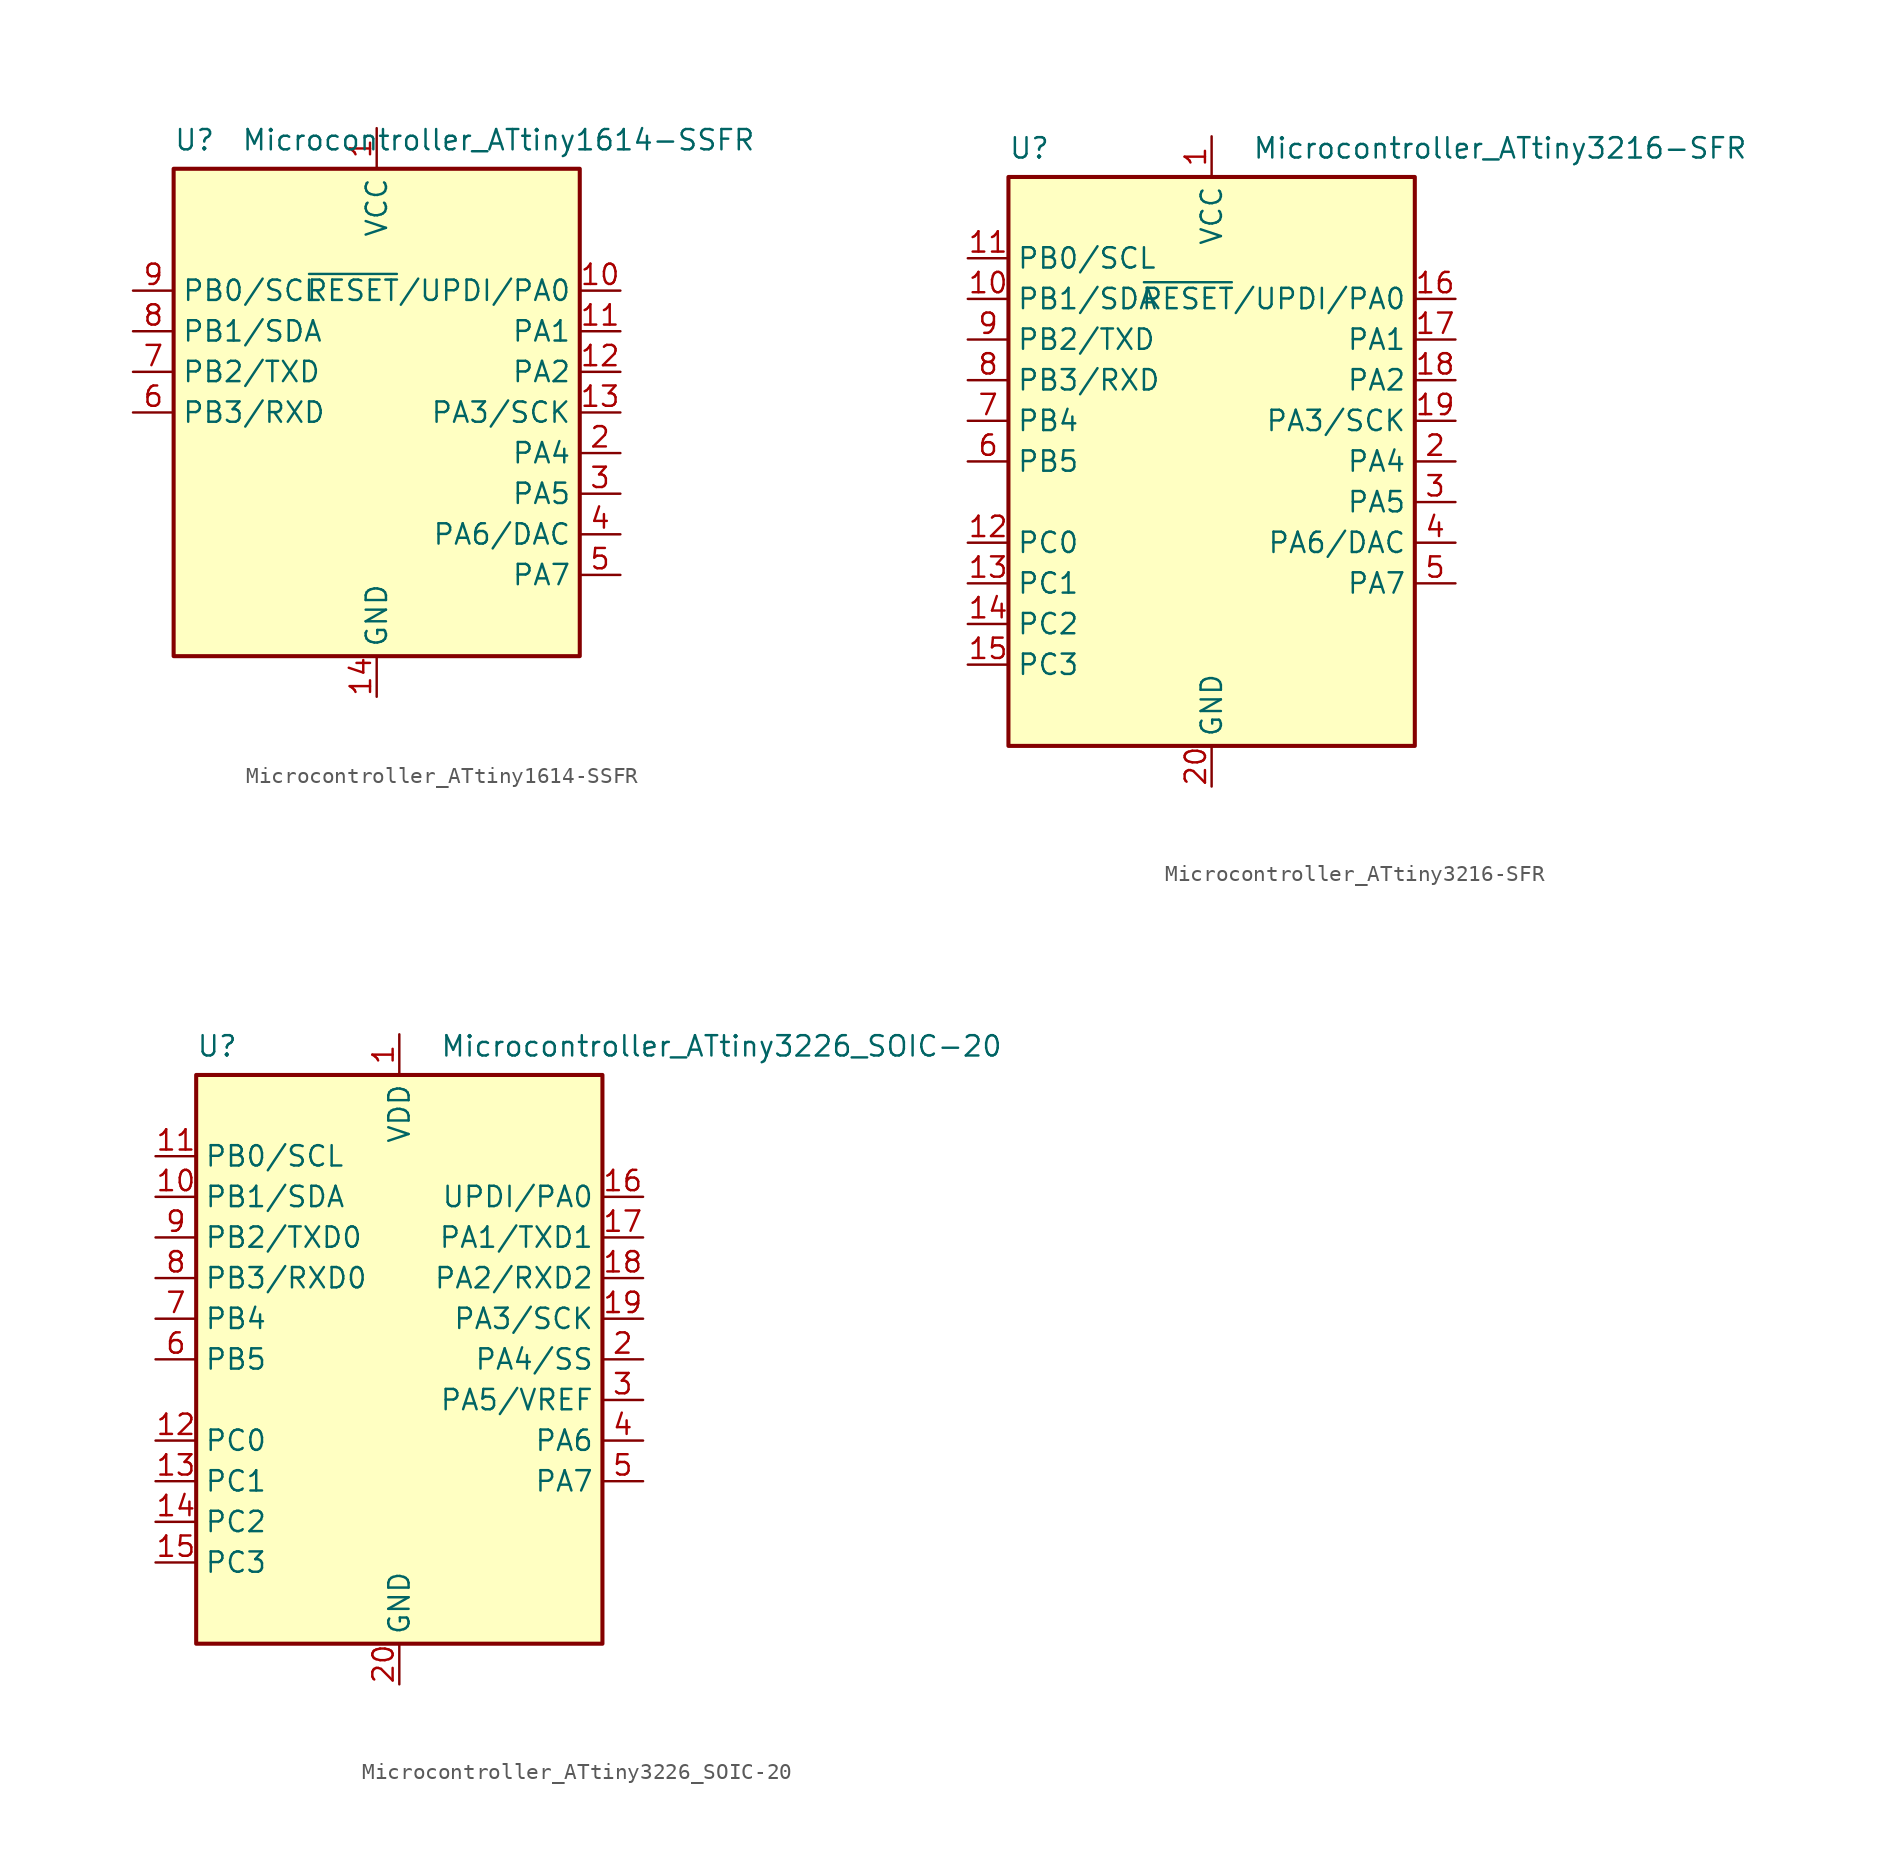
<source format=kicad_sym>
(kicad_symbol_lib
  (version 20231120)
  (generator "kicad_symbol_editor")
  (generator_version "8.0")
  (symbol "Microcontroller_ATtiny1614-SSFR"
    (property "Reference" "U"
      (at -12.7 17.78 0)
      (effects (font (size 1.27 1.27)) (justify left top)))
    (property "Value" "Microcontroller_ATtiny1614-SSFR"
      (at 7.62 17.78 0)
      (effects (font (size 1.27 1.27)) (justify top)))
    (symbol "Microcontroller_ATtiny1614-SSFR_0_1"
      (rectangle (start -12.7 -15.24) (end 12.7 15.24) (stroke (width 0.254) (type default)) (fill (type background))))
    (symbol "Microcontroller_ATtiny1614-SSFR_1_1"
      (pin power_in line (at 0 17.78 270) (length 2.54) (name "VCC" (effects (font (size 1.27 1.27)))) (number "1" (effects (font (size 1.27 1.27)))))
      (pin bidirectional line (at 15.24 7.62 180) (length 2.54) (name "~{RESET}/UPDI/PA0" (effects (font (size 1.27 1.27)))) (number "10" (effects (font (size 1.27 1.27)))))
      (pin bidirectional line (at 15.24 5.08 180) (length 2.54) (name "PA1" (effects (font (size 1.27 1.27)))) (number "11" (effects (font (size 1.27 1.27)))))
      (pin bidirectional line (at 15.24 2.54 180) (length 2.54) (name "PA2" (effects (font (size 1.27 1.27)))) (number "12" (effects (font (size 1.27 1.27)))))
      (pin bidirectional line (at 15.24 0 180) (length 2.54) (name "PA3/SCK" (effects (font (size 1.27 1.27)))) (number "13" (effects (font (size 1.27 1.27)))))
      (pin power_in line (at 0 -17.78 90) (length 2.54) (name "GND" (effects (font (size 1.27 1.27)))) (number "14" (effects (font (size 1.27 1.27)))))
      (pin bidirectional line (at 15.24 -2.54 180) (length 2.54) (name "PA4" (effects (font (size 1.27 1.27)))) (number "2" (effects (font (size 1.27 1.27)))))
      (pin bidirectional line (at 15.24 -5.08 180) (length 2.54) (name "PA5" (effects (font (size 1.27 1.27)))) (number "3" (effects (font (size 1.27 1.27)))))
      (pin bidirectional line (at 15.24 -7.62 180) (length 2.54) (name "PA6/DAC" (effects (font (size 1.27 1.27)))) (number "4" (effects (font (size 1.27 1.27)))))
      (pin bidirectional line (at 15.24 -10.16 180) (length 2.54) (name "PA7" (effects (font (size 1.27 1.27)))) (number "5" (effects (font (size 1.27 1.27)))))
      (pin bidirectional line (at -15.24 0 0) (length 2.54) (name "PB3/RXD" (effects (font (size 1.27 1.27)))) (number "6" (effects (font (size 1.27 1.27)))))
      (pin bidirectional line (at -15.24 2.54 0) (length 2.54) (name "PB2/TXD" (effects (font (size 1.27 1.27)))) (number "7" (effects (font (size 1.27 1.27)))))
      (pin bidirectional line (at -15.24 5.08 0) (length 2.54) (name "PB1/SDA" (effects (font (size 1.27 1.27)))) (number "8" (effects (font (size 1.27 1.27)))))
      (pin bidirectional line (at -15.24 7.62 0) (length 2.54) (name "PB0/SCL" (effects (font (size 1.27 1.27)))) (number "9" (effects (font (size 1.27 1.27)))))))
  (symbol "Microcontroller_ATtiny3216-SFR"
    (property "Reference" "U"
      (at -12.7 20.32 0)
      (effects (font (size 1.27 1.27)) (justify left top)))
    (property "Value" "Microcontroller_ATtiny3216-SFR"
      (at 2.54 20.32 0)
      (effects (font (size 1.27 1.27)) (justify left top)))
    (symbol "Microcontroller_ATtiny3216-SFR_0_1"
      (rectangle (start -12.7 -17.78) (end 12.7 17.78) (stroke (width 0.254) (type default)) (fill (type background))))
    (symbol "Microcontroller_ATtiny3216-SFR_1_1"
      (pin power_in line (at 0 20.32 270) (length 2.54) (name "VCC" (effects (font (size 1.27 1.27)))) (number "1" (effects (font (size 1.27 1.27)))))
      (pin bidirectional line (at -15.24 10.16 0) (length 2.54) (name "PB1/SDA" (effects (font (size 1.27 1.27)))) (number "10" (effects (font (size 1.27 1.27)))))
      (pin bidirectional line (at -15.24 12.7 0) (length 2.54) (name "PB0/SCL" (effects (font (size 1.27 1.27)))) (number "11" (effects (font (size 1.27 1.27)))))
      (pin bidirectional line (at -15.24 -5.08 0) (length 2.54) (name "PC0" (effects (font (size 1.27 1.27)))) (number "12" (effects (font (size 1.27 1.27)))))
      (pin bidirectional line (at -15.24 -7.62 0) (length 2.54) (name "PC1" (effects (font (size 1.27 1.27)))) (number "13" (effects (font (size 1.27 1.27)))))
      (pin bidirectional line (at -15.24 -10.16 0) (length 2.54) (name "PC2" (effects (font (size 1.27 1.27)))) (number "14" (effects (font (size 1.27 1.27)))))
      (pin bidirectional line (at -15.24 -12.7 0) (length 2.54) (name "PC3" (effects (font (size 1.27 1.27)))) (number "15" (effects (font (size 1.27 1.27)))))
      (pin bidirectional line (at 15.24 10.16 180) (length 2.54) (name "~{RESET}/UPDI/PA0" (effects (font (size 1.27 1.27)))) (number "16" (effects (font (size 1.27 1.27)))))
      (pin bidirectional line (at 15.24 7.62 180) (length 2.54) (name "PA1" (effects (font (size 1.27 1.27)))) (number "17" (effects (font (size 1.27 1.27)))))
      (pin bidirectional line (at 15.24 5.08 180) (length 2.54) (name "PA2" (effects (font (size 1.27 1.27)))) (number "18" (effects (font (size 1.27 1.27)))))
      (pin bidirectional line (at 15.24 2.54 180) (length 2.54) (name "PA3/SCK" (effects (font (size 1.27 1.27)))) (number "19" (effects (font (size 1.27 1.27)))))
      (pin bidirectional line (at 15.24 0 180) (length 2.54) (name "PA4" (effects (font (size 1.27 1.27)))) (number "2" (effects (font (size 1.27 1.27)))))
      (pin power_in line (at 0 -20.32 90) (length 2.54) (name "GND" (effects (font (size 1.27 1.27)))) (number "20" (effects (font (size 1.27 1.27)))))
      (pin bidirectional line (at 15.24 -2.54 180) (length 2.54) (name "PA5" (effects (font (size 1.27 1.27)))) (number "3" (effects (font (size 1.27 1.27)))))
      (pin bidirectional line (at 15.24 -5.08 180) (length 2.54) (name "PA6/DAC" (effects (font (size 1.27 1.27)))) (number "4" (effects (font (size 1.27 1.27)))))
      (pin bidirectional line (at 15.24 -7.62 180) (length 2.54) (name "PA7" (effects (font (size 1.27 1.27)))) (number "5" (effects (font (size 1.27 1.27)))))
      (pin bidirectional line (at -15.24 0 0) (length 2.54) (name "PB5" (effects (font (size 1.27 1.27)))) (number "6" (effects (font (size 1.27 1.27)))))
      (pin bidirectional line (at -15.24 2.54 0) (length 2.54) (name "PB4" (effects (font (size 1.27 1.27)))) (number "7" (effects (font (size 1.27 1.27)))))
      (pin bidirectional line (at -15.24 5.08 0) (length 2.54) (name "PB3/RXD" (effects (font (size 1.27 1.27)))) (number "8" (effects (font (size 1.27 1.27)))))
      (pin bidirectional line (at -15.24 7.62 0) (length 2.54) (name "PB2/TXD" (effects (font (size 1.27 1.27)))) (number "9" (effects (font (size 1.27 1.27)))))))
  (symbol "Microcontroller_ATtiny3226_SOIC-20"
    (property "Reference" "U"
      (at -12.7 20.32 0)
      (effects (font (size 1.27 1.27)) (justify left top)))
    (property "Value" "Microcontroller_ATtiny3226_SOIC-20"
      (at 2.54 20.32 0)
      (effects (font (size 1.27 1.27)) (justify left top)))
    (symbol "Microcontroller_ATtiny3226_SOIC-20_0_1"
      (rectangle (start -12.7 -17.78) (end 12.7 17.78) (stroke (width 0.254) (type default)) (fill (type background))))
    (symbol "Microcontroller_ATtiny3226_SOIC-20_1_1"
      (pin power_in line (at 0 20.32 270) (length 2.54) (name "VDD" (effects (font (size 1.27 1.27)))) (number "1" (effects (font (size 1.27 1.27)))))
      (pin bidirectional line (at -15.24 10.16 0) (length 2.54) (name "PB1/SDA" (effects (font (size 1.27 1.27)))) (number "10" (effects (font (size 1.27 1.27)))))
      (pin bidirectional line (at -15.24 12.7 0) (length 2.54) (name "PB0/SCL" (effects (font (size 1.27 1.27)))) (number "11" (effects (font (size 1.27 1.27)))))
      (pin bidirectional line (at -15.24 -5.08 0) (length 2.54) (name "PC0" (effects (font (size 1.27 1.27)))) (number "12" (effects (font (size 1.27 1.27)))))
      (pin bidirectional line (at -15.24 -7.62 0) (length 2.54) (name "PC1" (effects (font (size 1.27 1.27)))) (number "13" (effects (font (size 1.27 1.27)))))
      (pin bidirectional line (at -15.24 -10.16 0) (length 2.54) (name "PC2" (effects (font (size 1.27 1.27)))) (number "14" (effects (font (size 1.27 1.27)))))
      (pin bidirectional line (at -15.24 -12.7 0) (length 2.54) (name "PC3" (effects (font (size 1.27 1.27)))) (number "15" (effects (font (size 1.27 1.27)))))
      (pin bidirectional line (at 15.24 10.16 180) (length 2.54) (name "UPDI/PA0" (effects (font (size 1.27 1.27)))) (number "16" (effects (font (size 1.27 1.27)))))
      (pin bidirectional line (at 15.24 7.62 180) (length 2.54) (name "PA1/TXD1" (effects (font (size 1.27 1.27)))) (number "17" (effects (font (size 1.27 1.27)))))
      (pin bidirectional line (at 15.24 5.08 180) (length 2.54) (name "PA2/RXD2" (effects (font (size 1.27 1.27)))) (number "18" (effects (font (size 1.27 1.27)))))
      (pin bidirectional line (at 15.24 2.54 180) (length 2.54) (name "PA3/SCK" (effects (font (size 1.27 1.27)))) (number "19" (effects (font (size 1.27 1.27)))))
      (pin bidirectional line (at 15.24 0 180) (length 2.54) (name "PA4/SS" (effects (font (size 1.27 1.27)))) (number "2" (effects (font (size 1.27 1.27)))))
      (pin power_in line (at 0 -20.32 90) (length 2.54) (name "GND" (effects (font (size 1.27 1.27)))) (number "20" (effects (font (size 1.27 1.27)))))
      (pin bidirectional line (at 15.24 -2.54 180) (length 2.54) (name "PA5/VREF" (effects (font (size 1.27 1.27)))) (number "3" (effects (font (size 1.27 1.27)))))
      (pin bidirectional line (at 15.24 -5.08 180) (length 2.54) (name "PA6" (effects (font (size 1.27 1.27)))) (number "4" (effects (font (size 1.27 1.27)))))
      (pin bidirectional line (at 15.24 -7.62 180) (length 2.54) (name "PA7" (effects (font (size 1.27 1.27)))) (number "5" (effects (font (size 1.27 1.27)))))
      (pin bidirectional line (at -15.24 0 0) (length 2.54) (name "PB5" (effects (font (size 1.27 1.27)))) (number "6" (effects (font (size 1.27 1.27)))))
      (pin bidirectional line (at -15.24 2.54 0) (length 2.54) (name "PB4" (effects (font (size 1.27 1.27)))) (number "7" (effects (font (size 1.27 1.27)))))
      (pin bidirectional line (at -15.24 5.08 0) (length 2.54) (name "PB3/RXD0" (effects (font (size 1.27 1.27)))) (number "8" (effects (font (size 1.27 1.27)))))
      (pin bidirectional line (at -15.24 7.62 0) (length 2.54) (name "PB2/TXD0" (effects (font (size 1.27 1.27)))) (number "9" (effects (font (size 1.27 1.27))))))))
</source>
